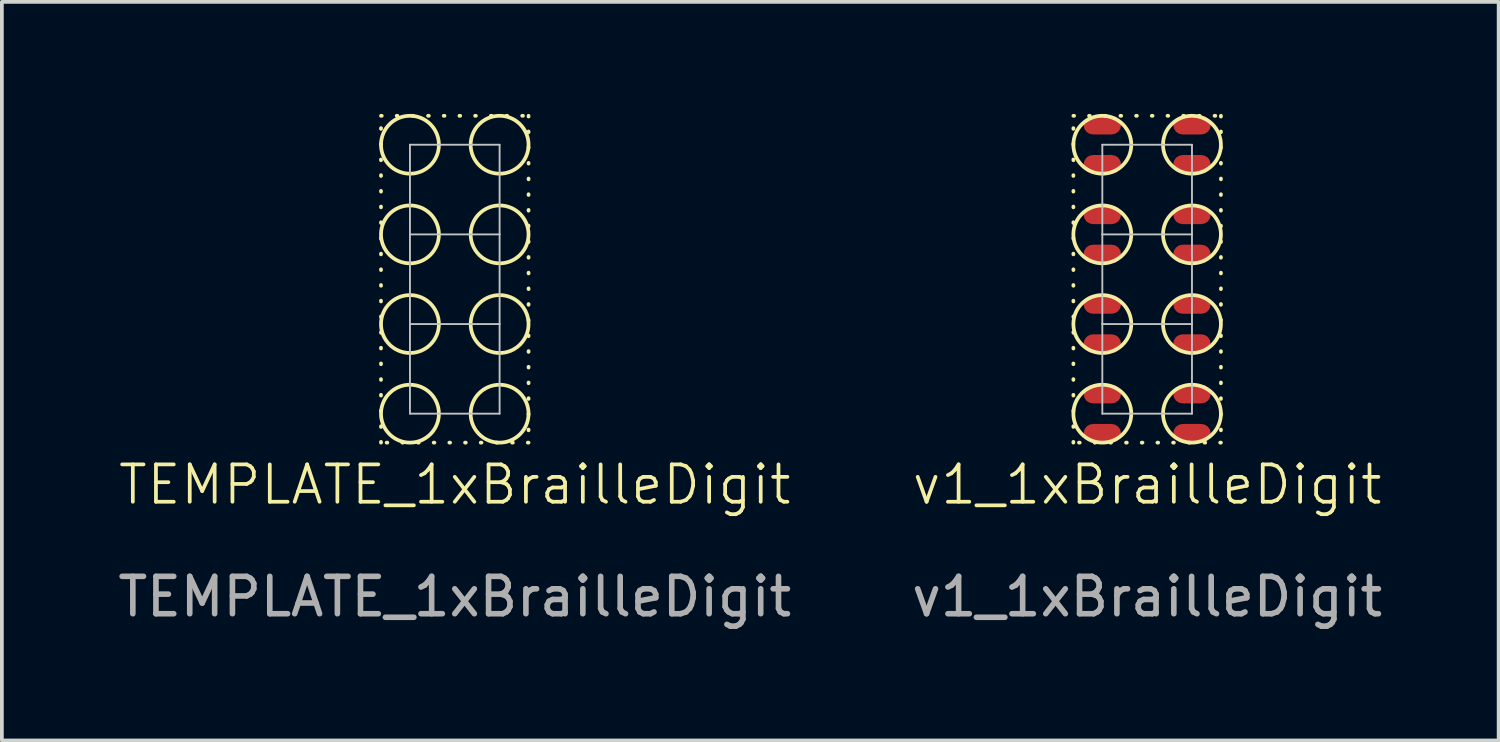
<source format=kicad_pcb>
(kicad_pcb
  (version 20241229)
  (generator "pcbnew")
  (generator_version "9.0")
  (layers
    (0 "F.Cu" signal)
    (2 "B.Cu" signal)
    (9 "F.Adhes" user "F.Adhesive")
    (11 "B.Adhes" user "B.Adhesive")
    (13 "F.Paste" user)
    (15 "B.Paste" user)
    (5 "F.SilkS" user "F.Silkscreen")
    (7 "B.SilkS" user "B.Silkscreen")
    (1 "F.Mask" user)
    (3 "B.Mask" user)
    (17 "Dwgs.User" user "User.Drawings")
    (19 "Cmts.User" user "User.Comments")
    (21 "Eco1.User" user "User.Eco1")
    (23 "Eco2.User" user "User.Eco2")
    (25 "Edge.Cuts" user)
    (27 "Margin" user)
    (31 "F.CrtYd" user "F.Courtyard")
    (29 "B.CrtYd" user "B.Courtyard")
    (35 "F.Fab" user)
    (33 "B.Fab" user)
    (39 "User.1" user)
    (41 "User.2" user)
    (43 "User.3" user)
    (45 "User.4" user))
  (footprint "TEMPLATE_1xBrailleDigit"
    (layer "F.Cu")
    (at 9.125 4.625)
    (property "Reference" "TEMPLATE_1xBrailleDigit" (at 0 5.3 0) (unlocked yes) (layer "F.SilkS") (effects (font (size 1 1) (thickness 0.1))))
    (attr smd)
    (fp_rect (start -1.975 -4.575) (end 1.975 4.175) (stroke (width 0.1) (type dot)) (fill no) (layer "F.SilkS"))
    (fp_circle (center -1.2 -3.8) (end -0.425 -3.8) (stroke (width 0.1) (type default)) (fill no) (layer "F.SilkS"))
    (fp_circle (center -1.2 -1.4) (end -0.425 -1.4) (stroke (width 0.1) (type default)) (fill no) (layer "F.SilkS"))
    (fp_circle (center -1.2 1) (end -0.425 1) (stroke (width 0.1) (type default)) (fill no) (layer "F.SilkS"))
    (fp_circle (center -1.2 3.4) (end -0.425 3.4) (stroke (width 0.1) (type default)) (fill no) (layer "F.SilkS"))
    (fp_circle (center 1.2 -3.8) (end 1.975 -3.8) (stroke (width 0.1) (type default)) (fill no) (layer "F.SilkS"))
    (fp_circle (center 1.2 -1.4) (end 1.975 -1.4) (stroke (width 0.1) (type default)) (fill no) (layer "F.SilkS"))
    (fp_circle (center 1.2 1) (end 1.975 1) (stroke (width 0.1) (type default)) (fill no) (layer "F.SilkS"))
    (fp_circle (center 1.2 3.4) (end 1.975 3.4) (stroke (width 0.1) (type default)) (fill no) (layer "F.SilkS"))
    (fp_line (start -1.2 -3.8) (end -1.2 -1.4) (stroke (width 0.05) (type default)) (layer "Dwgs.User"))
    (fp_line (start -1.2 -3.8) (end 1.2 -3.8) (stroke (width 0.05) (type default)) (layer "Dwgs.User"))
    (fp_line (start -1.2 -1.4) (end -1.2 1) (stroke (width 0.05) (type default)) (layer "Dwgs.User"))
    (fp_line (start -1.2 -1.4) (end 1.2 -1.4) (stroke (width 0.05) (type default)) (layer "Dwgs.User"))
    (fp_line (start -1.2 1) (end -1.2 3.4) (stroke (width 0.05) (type default)) (layer "Dwgs.User"))
    (fp_line (start -1.2 1) (end 1.2 1) (stroke (width 0.05) (type default)) (layer "Dwgs.User"))
    (fp_line (start -1.2 3.4) (end 1.2 3.4) (stroke (width 0.05) (type default)) (layer "Dwgs.User"))
    (fp_line (start 1.2 -3.8) (end 1.2 -1.4) (stroke (width 0.05) (type default)) (layer "Dwgs.User"))
    (fp_line (start 1.2 -1.4) (end 1.2 1) (stroke (width 0.05) (type default)) (layer "Dwgs.User"))
    (fp_line (start 1.2 1) (end 1.2 3.4) (stroke (width 0.05) (type default)) (layer "Dwgs.User"))
    (fp_line (start -1.2 -3.8) (end 5.8 -3.8) (stroke (width 0.05) (type default)) (layer "User.2"))
    (fp_line (start -1.2 -4.3) (end -1.2 -3.3) (stroke (width 0.05) (type default)) (layer "User.4"))
    (fp_line (start -1.2 -1.9) (end -1.2 -0.9) (stroke (width 0.05) (type default)) (layer "User.4"))
    (fp_line (start -1.2 0.5) (end -1.2 1.5) (stroke (width 0.05) (type default)) (layer "User.4"))
    (fp_line (start -1.2 2.9) (end -1.2 3.9) (stroke (width 0.05) (type default)) (layer "User.4"))
    (fp_line (start 1.2 -4.3) (end 1.2 -3.3) (stroke (width 0.05) (type default)) (layer "User.4"))
    (fp_line (start 1.2 -1.9) (end 1.2 -0.9) (stroke (width 0.05) (type default)) (layer "User.4"))
    (fp_line (start 1.2 0.5) (end 1.2 1.5) (stroke (width 0.05) (type default)) (layer "User.4"))
    (fp_line (start 1.2 2.9) (end 1.2 3.9) (stroke (width 0.05) (type default)) (layer "User.4"))
    (fp_text user "${REFERENCE}" (at 0 8.3 0) (unlocked yes) (layer "F.Fab") (effects (font (size 1 1) (thickness 0.15)))))
  (footprint "v1_1xBrailleDigit"
    (layer "F.Cu")
    (at 27.661 4.625)
    (property "Reference" "v1_1xBrailleDigit" (at 0 5.3 0) (unlocked yes) (layer "F.SilkS") (effects (font (size 1 1) (thickness 0.1))))
    (attr smd)
    (fp_rect (start -1.975 -4.575) (end 1.975 4.175) (stroke (width 0.1) (type dot)) (fill no) (layer "F.SilkS"))
    (fp_circle (center -1.2 -3.8) (end -0.425 -3.8) (stroke (width 0.1) (type default)) (fill no) (layer "F.SilkS"))
    (fp_circle (center -1.2 -1.4) (end -0.425 -1.4) (stroke (width 0.1) (type default)) (fill no) (layer "F.SilkS"))
    (fp_circle (center -1.2 1) (end -0.425 1) (stroke (width 0.1) (type default)) (fill no) (layer "F.SilkS"))
    (fp_circle (center -1.2 3.4) (end -0.425 3.4) (stroke (width 0.1) (type default)) (fill no) (layer "F.SilkS"))
    (fp_circle (center 1.2 -3.8) (end 1.975 -3.8) (stroke (width 0.1) (type default)) (fill no) (layer "F.SilkS"))
    (fp_circle (center 1.2 -1.4) (end 1.975 -1.4) (stroke (width 0.1) (type default)) (fill no) (layer "F.SilkS"))
    (fp_circle (center 1.2 1) (end 1.975 1) (stroke (width 0.1) (type default)) (fill no) (layer "F.SilkS"))
    (fp_circle (center 1.2 3.4) (end 1.975 3.4) (stroke (width 0.1) (type default)) (fill no) (layer "F.SilkS"))
    (fp_line (start -1.2 -3.8) (end -1.2 -1.4) (stroke (width 0.05) (type default)) (layer "Dwgs.User"))
    (fp_line (start -1.2 -3.8) (end 1.2 -3.8) (stroke (width 0.05) (type default)) (layer "Dwgs.User"))
    (fp_line (start -1.2 -1.4) (end -1.2 1) (stroke (width 0.05) (type default)) (layer "Dwgs.User"))
    (fp_line (start -1.2 -1.4) (end 1.2 -1.4) (stroke (width 0.05) (type default)) (layer "Dwgs.User"))
    (fp_line (start -1.2 1) (end -1.2 3.4) (stroke (width 0.05) (type default)) (layer "Dwgs.User"))
    (fp_line (start -1.2 1) (end 1.2 1) (stroke (width 0.05) (type default)) (layer "Dwgs.User"))
    (fp_line (start -1.2 3.4) (end 1.2 3.4) (stroke (width 0.05) (type default)) (layer "Dwgs.User"))
    (fp_line (start 1.2 -3.8) (end 1.2 -1.4) (stroke (width 0.05) (type default)) (layer "Dwgs.User"))
    (fp_line (start 1.2 -1.4) (end 1.2 1) (stroke (width 0.05) (type default)) (layer "Dwgs.User"))
    (fp_line (start 1.2 1) (end 1.2 3.4) (stroke (width 0.05) (type default)) (layer "Dwgs.User"))
    (fp_line (start -1.2 -3.8) (end 5.8 -3.8) (stroke (width 0.05) (type default)) (layer "User.2"))
    (fp_line (start -1.2 -4.3) (end -1.2 -3.3) (stroke (width 0.05) (type default)) (layer "User.4"))
    (fp_line (start -1.2 -1.9) (end -1.2 -0.9) (stroke (width 0.05) (type default)) (layer "User.4"))
    (fp_line (start -1.2 0.5) (end -1.2 1.5) (stroke (width 0.05) (type default)) (layer "User.4"))
    (fp_line (start -1.2 2.9) (end -1.2 3.9) (stroke (width 0.05) (type default)) (layer "User.4"))
    (fp_line (start 1.2 -4.3) (end 1.2 -3.3) (stroke (width 0.05) (type default)) (layer "User.4"))
    (fp_line (start 1.2 -1.9) (end 1.2 -0.9) (stroke (width 0.05) (type default)) (layer "User.4"))
    (fp_line (start 1.2 0.5) (end 1.2 1.5) (stroke (width 0.05) (type default)) (layer "User.4"))
    (fp_line (start 1.2 2.9) (end 1.2 3.9) (stroke (width 0.05) (type default)) (layer "User.4"))
    (fp_text user "${REFERENCE}" (at 0 8.3 0) (unlocked yes) (layer "F.Fab") (effects (font (size 1 1) (thickness 0.15))))
    (pad "0" smd roundrect (at -1.2 -3.275) (size 1 0.5) (layers "F.Cu" "F.Mask" "F.Paste") (roundrect_rratio 0.5))
    (pad "0" smd roundrect (at -1.2 -0.875) (size 1 0.5) (layers "F.Cu" "F.Mask" "F.Paste") (roundrect_rratio 0.5))
    (pad "0" smd roundrect (at -1.2 1.525) (size 1 0.5) (layers "F.Cu" "F.Mask" "F.Paste") (roundrect_rratio 0.5))
    (pad "0" smd roundrect (at -1.2 3.925) (size 1 0.5) (layers "F.Cu" "F.Mask" "F.Paste") (roundrect_rratio 0.5))
    (pad "0" smd roundrect (at 1.2 -3.275) (size 1 0.5) (layers "F.Cu" "F.Mask" "F.Paste") (roundrect_rratio 0.5))
    (pad "0" smd roundrect (at 1.2 -0.875) (size 1 0.5) (layers "F.Cu" "F.Mask" "F.Paste") (roundrect_rratio 0.5))
    (pad "0" smd roundrect (at 1.2 1.525) (size 1 0.5) (layers "F.Cu" "F.Mask" "F.Paste") (roundrect_rratio 0.5))
    (pad "0" smd roundrect (at 1.2 3.925) (size 1 0.5) (layers "F.Cu" "F.Mask" "F.Paste") (roundrect_rratio 0.5))
    (pad "1" smd roundrect (at -1.2 -4.325) (size 1 0.5) (layers "F.Cu" "F.Mask" "F.Paste") (roundrect_rratio 0.5))
    (pad "2" smd roundrect (at 1.2 -4.325) (size 1 0.5) (layers "F.Cu" "F.Mask" "F.Paste") (roundrect_rratio 0.5))
    (pad "3" smd roundrect (at -1.2 -1.925) (size 1 0.5) (layers "F.Cu" "F.Mask" "F.Paste") (roundrect_rratio 0.5))
    (pad "4" smd roundrect (at 1.2 -1.925) (size 1 0.5) (layers "F.Cu" "F.Mask" "F.Paste") (roundrect_rratio 0.5))
    (pad "5" smd roundrect (at -1.2 0.475) (size 1 0.5) (layers "F.Cu" "F.Mask" "F.Paste") (roundrect_rratio 0.5))
    (pad "6" smd roundrect (at 1.2 0.475) (size 1 0.5) (layers "F.Cu" "F.Mask" "F.Paste") (roundrect_rratio 0.5))
    (pad "7" smd roundrect (at -1.2 2.875) (size 1 0.5) (layers "F.Cu" "F.Mask" "F.Paste") (roundrect_rratio 0.5))
    (pad "8" smd roundrect (at 1.2 2.875) (size 1 0.5) (layers "F.Cu" "F.Mask" "F.Paste") (roundrect_rratio 0.5)))
  (gr_rect
    (start -3 -3)
    (end 37.071 16.773)
    (stroke (width 0.1) (type default))
    (fill no)
    (layer "Edge.Cuts")))
</source>
